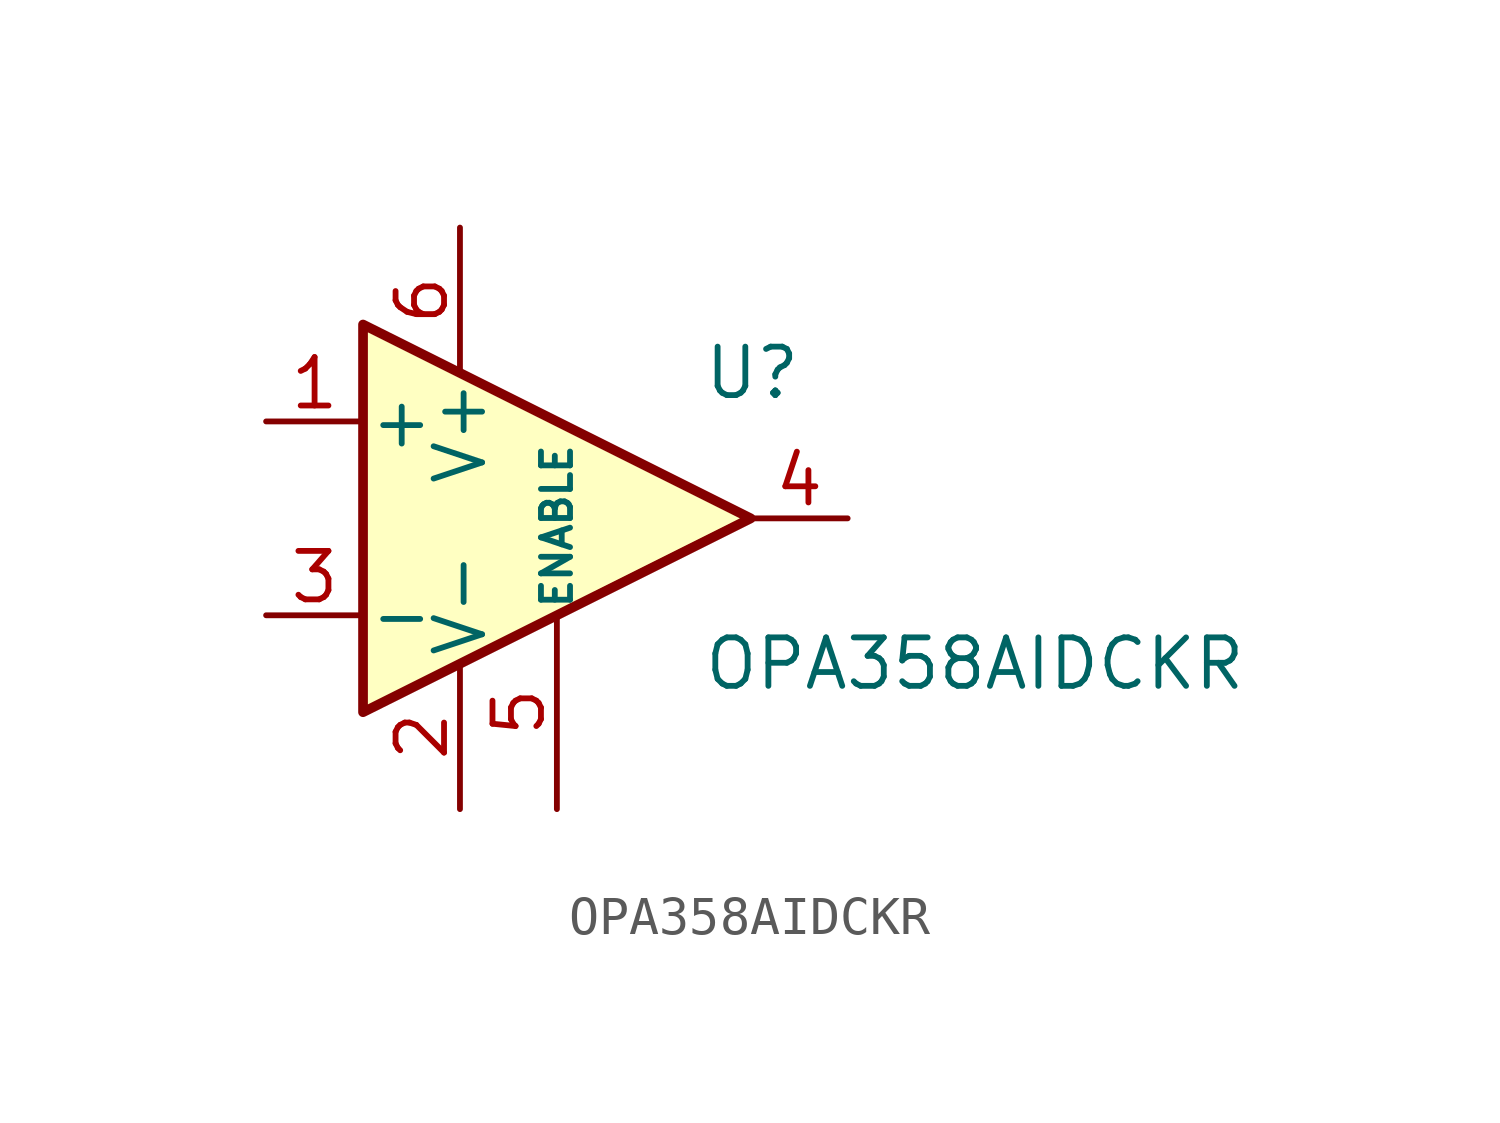
<source format=kicad_sym>
(kicad_symbol_lib
  (version 20220914)
  (generator kicad_symbol_editor)
  (symbol "OPA358AIDCKR"
    (pin_names
      (offset 0.127))
    (property "Reference" "U"
      (at 3.81 3.81 0)
      (effects (font (size 1.27 1.27)) (justify left)))
    (property "Value" "OPA358AIDCKR"
      (at 3.81 -3.81 0)
      (effects (font (size 1.27 1.27)) (justify left)))
    (symbol "OPA358AIDCKR_0_1"
      (polyline (pts (xy -5.08 5.08) (xy 5.08 0) (xy -5.08 -5.08) (xy -5.08 5.08)) (stroke (width 0.254) (type default)) (fill (type background))))
    (symbol "OPA358AIDCKR_1_1"
      (pin input line (at -7.62 2.54 0) (length 2.54) (name "+" (effects (font (size 1.27 1.27)))) (number "1" (effects (font (size 1.27 1.27)))))
      (pin power_in line (at -2.54 -7.62 90) (length 3.81) (name "V-" (effects (font (size 1.27 1.27)))) (number "2" (effects (font (size 1.27 1.27)))))
      (pin input line (at -7.62 -2.54 0) (length 2.54) (name "-" (effects (font (size 1.27 1.27)))) (number "3" (effects (font (size 1.27 1.27)))))
      (pin output line (at 7.62 0 180) (length 2.54) (name "~" (effects (font (size 1.27 1.27)))) (number "4" (effects (font (size 1.27 1.27)))))
      (pin input line (at 0 -7.62 90) (length 5.08) (name "ENABLE" (effects (font (size 0.762 0.762)))) (number "5" (effects (font (size 1.27 1.27)))))
      (pin power_in line (at -2.54 7.62 270) (length 3.81) (name "V+" (effects (font (size 1.27 1.27)))) (number "6" (effects (font (size 1.27 1.27))))))))
</source>
